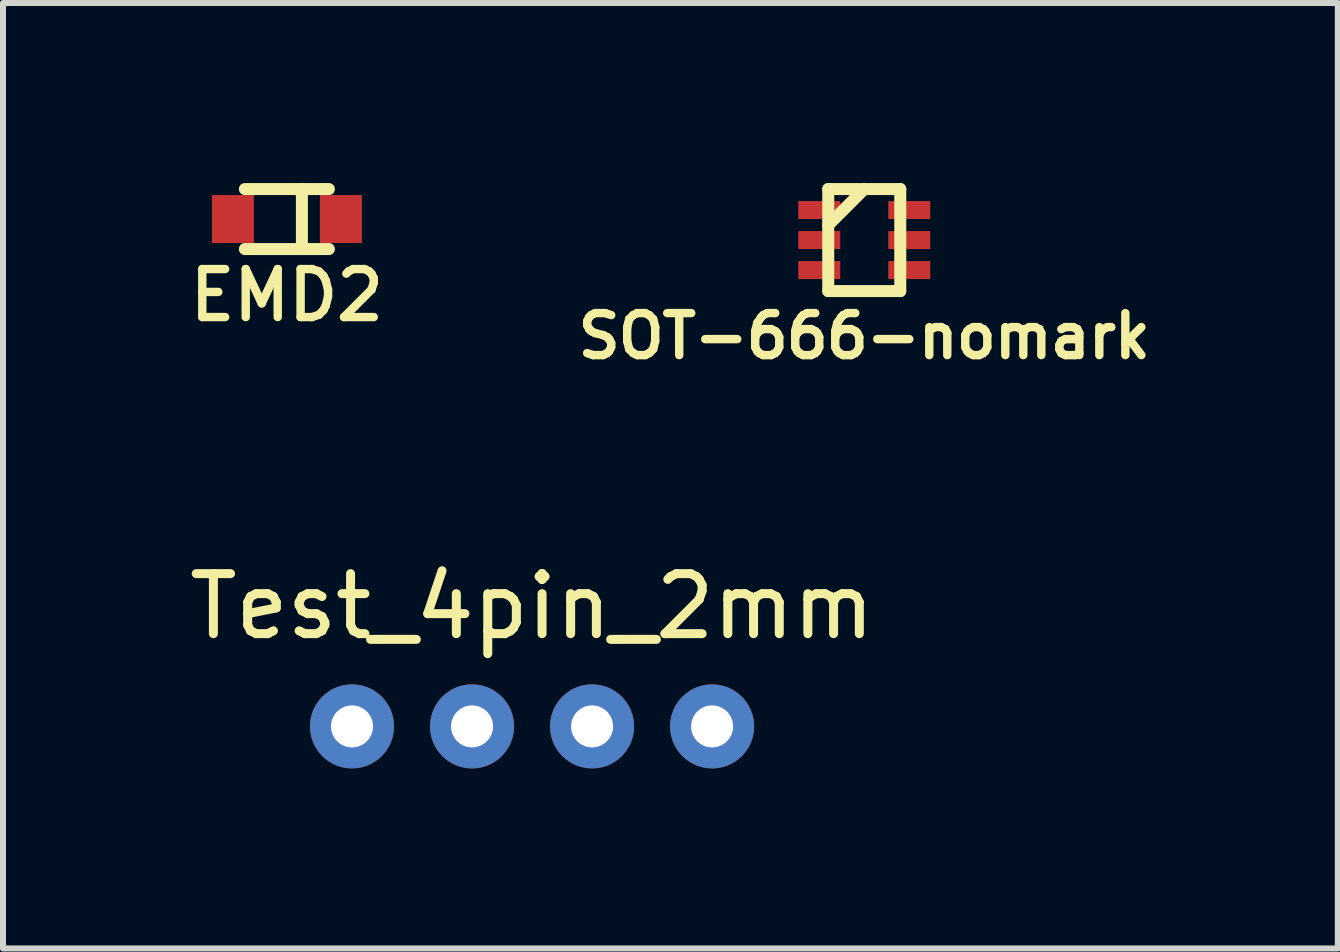
<source format=kicad_pcb>
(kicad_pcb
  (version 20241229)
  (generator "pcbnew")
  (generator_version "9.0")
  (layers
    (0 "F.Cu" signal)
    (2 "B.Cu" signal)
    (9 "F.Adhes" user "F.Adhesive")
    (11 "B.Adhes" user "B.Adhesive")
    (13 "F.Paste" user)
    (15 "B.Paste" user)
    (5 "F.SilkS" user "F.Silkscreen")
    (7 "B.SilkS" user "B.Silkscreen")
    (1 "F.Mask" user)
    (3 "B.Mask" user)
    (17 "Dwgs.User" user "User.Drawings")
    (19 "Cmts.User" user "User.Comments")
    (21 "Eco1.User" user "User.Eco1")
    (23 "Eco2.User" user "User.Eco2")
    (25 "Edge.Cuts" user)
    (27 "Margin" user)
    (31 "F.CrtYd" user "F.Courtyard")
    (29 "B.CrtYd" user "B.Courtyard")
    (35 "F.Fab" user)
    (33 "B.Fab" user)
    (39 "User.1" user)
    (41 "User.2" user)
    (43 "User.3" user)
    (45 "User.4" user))
  (footprint "SOT-666-nomark"
    (layer "F.Cu")
    (at 11.35 0.95)
    (property "Reference" "SOT-666-nomark" (at 0 1.6 0) (layer "F.SilkS") (effects (font (size 0.7 0.7) (thickness 0.14))))
    (attr smd)
    (fp_line (start -0.6 -0.85) (end -0.6 0.85) (stroke (width 0.2) (type solid)) (layer "F.SilkS"))
    (fp_line (start 0 -0.85) (end -0.6 -0.25) (stroke (width 0.2) (type solid)) (layer "F.SilkS"))
    (fp_line (start 0.6 -0.85) (end -0.6 -0.85) (stroke (width 0.2) (type solid)) (layer "F.SilkS"))
    (fp_line (start 0.6 0.85) (end -0.6 0.85) (stroke (width 0.2) (type solid)) (layer "F.SilkS"))
    (fp_line (start 0.6 0.85) (end 0.6 -0.85) (stroke (width 0.2) (type solid)) (layer "F.SilkS"))
    (pad "1" smd rect (at -0.75 -0.5 270) (size 0.3 0.7) (layers "F.Cu" "F.Mask" "F.Paste"))
    (pad "2" smd rect (at -0.75 0 270) (size 0.3 0.7) (layers "F.Cu" "F.Mask" "F.Paste"))
    (pad "3" smd rect (at -0.75 0.5 270) (size 0.3 0.7) (layers "F.Cu" "F.Mask" "F.Paste"))
    (pad "4" smd rect (at 0.75 0.5 270) (size 0.3 0.7) (layers "F.Cu" "F.Mask" "F.Paste"))
    (pad "5" smd rect (at 0.75 0 270) (size 0.3 0.7) (layers "F.Cu" "F.Mask" "F.Paste"))
    (pad "6" smd rect (at 0.75 -0.5 270) (size 0.3 0.7) (layers "F.Cu" "F.Mask" "F.Paste")))
  (footprint "EMD2"
    (layer "F.Cu")
    (at 1.73 0.6)
    (property "Reference" "EMD2" (at 0 1.27 0) (layer "F.SilkS") (effects (font (size 0.8 0.8) (thickness 0.14))))
    (attr through_hole)
    (fp_line (start -0.7 -0.5) (end 0.7 -0.5) (stroke (width 0.2) (type solid)) (layer "F.SilkS"))
    (fp_line (start -0.7 0.5) (end 0.7 0.5) (stroke (width 0.2) (type solid)) (layer "F.SilkS"))
    (fp_line (start 0.25 -0.5) (end 0.25 0.5) (stroke (width 0.2) (type solid)) (layer "F.SilkS"))
    (pad "1" smd rect (at 0.9 0) (size 0.7 0.8) (layers "F.Cu" "F.Mask" "F.Paste"))
    (pad "2" smd rect (at -0.9 0) (size 0.7 0.8) (layers "F.Cu" "F.Mask" "F.Paste")))
  (footprint "Test_4pin_2mm"
    (layer "F.Cu")
    (at 5.815 9.053)
    (property "Reference" "Test_4pin_2mm" (at 0 -2 0) (unlocked yes) (layer "F.SilkS") (effects (font (size 1 1) (thickness 0.15))))
    (attr through_hole)
    (pad "1" thru_hole circle (at -3 0) (size 1.4 1.4) (drill 0.7) (layers "*.Cu" "*.Mask"))
    (pad "2" thru_hole circle (at -1 0) (size 1.4 1.4) (drill 0.7) (layers "*.Cu" "*.Mask"))
    (pad "3" thru_hole circle (at 1 0) (size 1.4 1.4) (drill 0.7) (layers "*.Cu" "*.Mask"))
    (pad "4" thru_hole circle (at 3 0) (size 1.4 1.4) (drill 0.7) (layers "*.Cu" "*.Mask")))
  (gr_rect
    (start -3 -3)
    (end 19.24 12.753)
    (stroke (width 0.1) (type default))
    (fill no)
    (layer "Edge.Cuts")))
</source>
